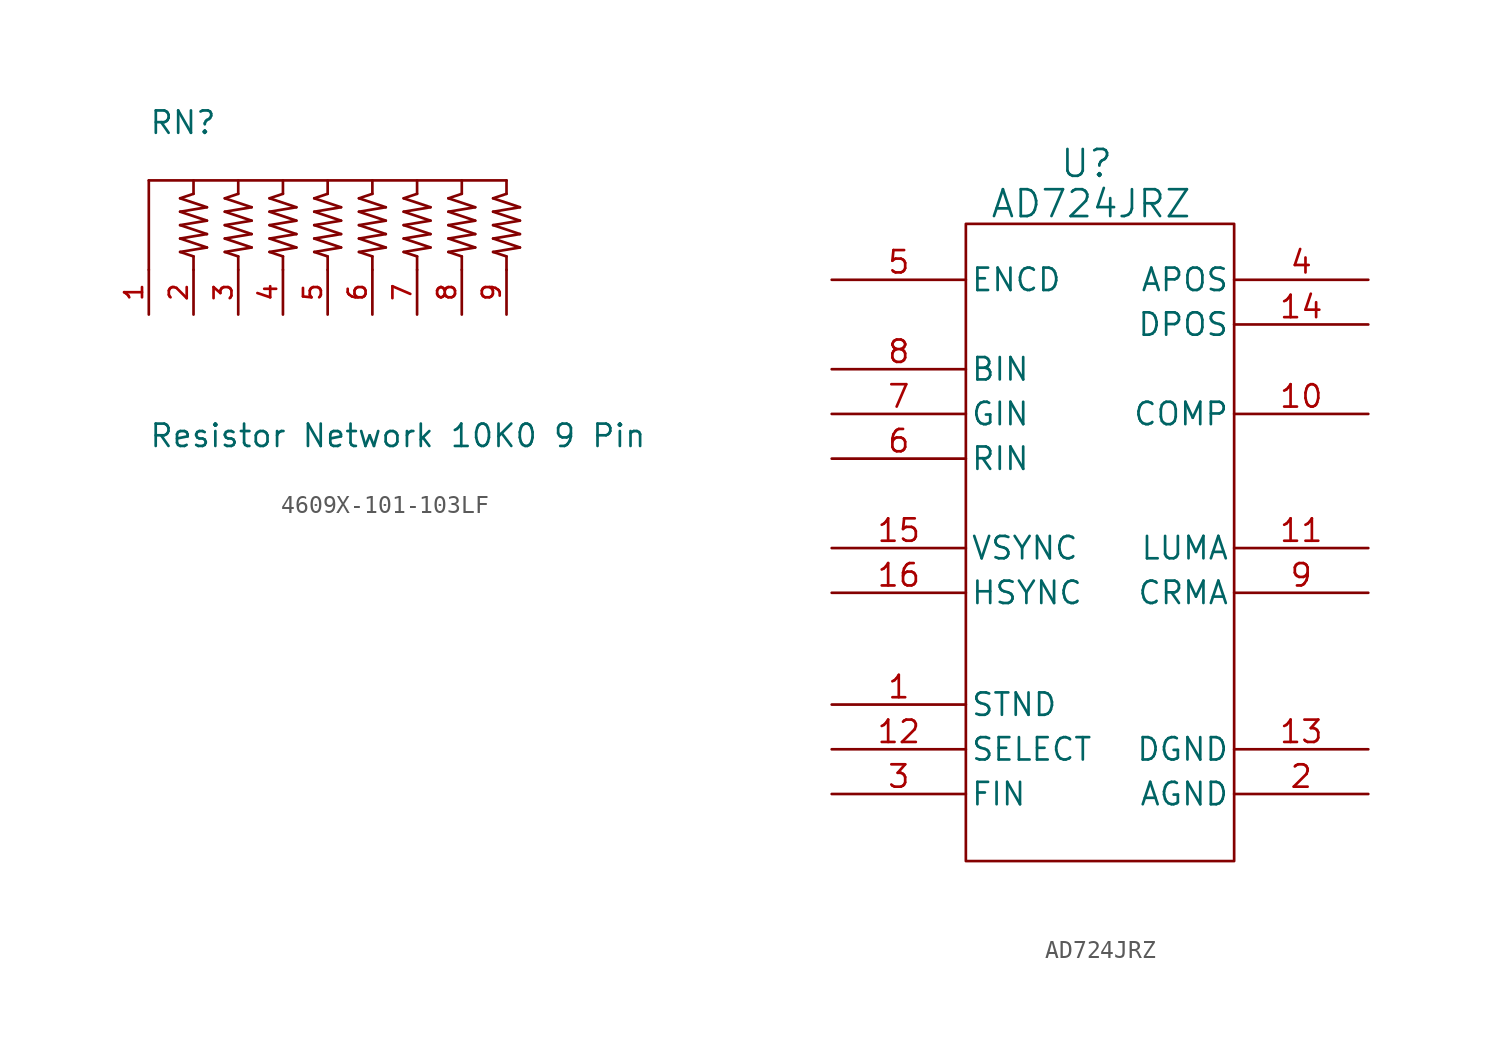
<source format=kicad_sym>
(kicad_symbol_lib
  (version 20241209)
  (generator "kicad_symbol_editor")
  (generator_version "9.0")
  (symbol "4609X-101-103LF"
    (pin_names
      (offset 1.016))
    (property "Reference" "RN"
      (at -10.164 7.622 0)
      (effects (font (size 1.27 1.27)) (justify left bottom)))
    (property "Value" "Resistor Network 10K0 9 Pin"
      (at -10.17 -10.167 0)
      (effects (font (size 1.27 1.27)) (justify left bottom)))
    (symbol "4609X-101-103LF_0_0"
      (polyline (pts (xy -10.16 5.08) (xy 10.16 5.08)) (stroke (width 0.152) (type default)) (fill (type none)))
      (polyline (pts (xy -10.16 0) (xy -10.16 5.08)) (stroke (width 0.152) (type default)) (fill (type none)))
      (polyline (pts (xy -8.382 4.064) (xy -7.62 4.318)) (stroke (width 0.152) (type default)) (fill (type none)))
      (polyline (pts (xy -8.382 3.302) (xy -6.858 2.794)) (stroke (width 0.152) (type default)) (fill (type none)))
      (polyline (pts (xy -8.382 2.54) (xy -6.858 2.032)) (stroke (width 0.152) (type default)) (fill (type none)))
      (polyline (pts (xy -8.382 1.778) (xy -6.858 1.27)) (stroke (width 0.152) (type default)) (fill (type none)))
      (polyline (pts (xy -8.382 1.016) (xy -7.62 0.762)) (stroke (width 0.152) (type default)) (fill (type none)))
      (polyline (pts (xy -7.62 5.08) (xy -7.62 4.318)) (stroke (width 0.152) (type default)) (fill (type none)))
      (polyline (pts (xy -7.62 0.762) (xy -7.62 0)) (stroke (width 0.152) (type default)) (fill (type none)))
      (polyline (pts (xy -6.858 3.556) (xy -8.382 4.064)) (stroke (width 0.152) (type default)) (fill (type none)))
      (polyline (pts (xy -6.858 3.556) (xy -8.382 3.302)) (stroke (width 0.152) (type default)) (fill (type none)))
      (polyline (pts (xy -6.858 2.794) (xy -8.382 2.54)) (stroke (width 0.152) (type default)) (fill (type none)))
      (polyline (pts (xy -6.858 2.032) (xy -8.382 1.778)) (stroke (width 0.152) (type default)) (fill (type none)))
      (polyline (pts (xy -6.858 1.27) (xy -8.382 1.016)) (stroke (width 0.152) (type default)) (fill (type none)))
      (polyline (pts (xy -5.842 4.064) (xy -5.08 4.318)) (stroke (width 0.152) (type default)) (fill (type none)))
      (polyline (pts (xy -5.842 3.302) (xy -4.318 2.794)) (stroke (width 0.152) (type default)) (fill (type none)))
      (polyline (pts (xy -5.842 2.54) (xy -4.318 2.032)) (stroke (width 0.152) (type default)) (fill (type none)))
      (polyline (pts (xy -5.842 1.778) (xy -4.318 1.27)) (stroke (width 0.152) (type default)) (fill (type none)))
      (polyline (pts (xy -5.842 1.016) (xy -5.08 0.762)) (stroke (width 0.152) (type default)) (fill (type none)))
      (polyline (pts (xy -5.08 5.08) (xy -5.08 4.318)) (stroke (width 0.152) (type default)) (fill (type none)))
      (polyline (pts (xy -5.08 0.762) (xy -5.08 0)) (stroke (width 0.152) (type default)) (fill (type none)))
      (polyline (pts (xy -4.318 3.556) (xy -5.842 4.064)) (stroke (width 0.152) (type default)) (fill (type none)))
      (polyline (pts (xy -4.318 3.556) (xy -5.842 3.302)) (stroke (width 0.152) (type default)) (fill (type none)))
      (polyline (pts (xy -4.318 2.794) (xy -5.842 2.54)) (stroke (width 0.152) (type default)) (fill (type none)))
      (polyline (pts (xy -4.318 2.032) (xy -5.842 1.778)) (stroke (width 0.152) (type default)) (fill (type none)))
      (polyline (pts (xy -4.318 1.27) (xy -5.842 1.016)) (stroke (width 0.152) (type default)) (fill (type none)))
      (polyline (pts (xy -3.302 4.064) (xy -2.54 4.318)) (stroke (width 0.152) (type default)) (fill (type none)))
      (polyline (pts (xy -3.302 3.302) (xy -1.778 2.794)) (stroke (width 0.152) (type default)) (fill (type none)))
      (polyline (pts (xy -3.302 2.54) (xy -1.778 2.032)) (stroke (width 0.152) (type default)) (fill (type none)))
      (polyline (pts (xy -3.302 1.778) (xy -1.778 1.27)) (stroke (width 0.152) (type default)) (fill (type none)))
      (polyline (pts (xy -3.302 1.016) (xy -2.54 0.762)) (stroke (width 0.152) (type default)) (fill (type none)))
      (polyline (pts (xy -2.54 5.08) (xy -2.54 4.318)) (stroke (width 0.152) (type default)) (fill (type none)))
      (polyline (pts (xy -2.54 0.762) (xy -2.54 0)) (stroke (width 0.152) (type default)) (fill (type none)))
      (polyline (pts (xy -1.778 3.556) (xy -3.302 4.064)) (stroke (width 0.152) (type default)) (fill (type none)))
      (polyline (pts (xy -1.778 3.556) (xy -3.302 3.302)) (stroke (width 0.152) (type default)) (fill (type none)))
      (polyline (pts (xy -1.778 2.794) (xy -3.302 2.54)) (stroke (width 0.152) (type default)) (fill (type none)))
      (polyline (pts (xy -1.778 2.032) (xy -3.302 1.778)) (stroke (width 0.152) (type default)) (fill (type none)))
      (polyline (pts (xy -1.778 1.27) (xy -3.302 1.016)) (stroke (width 0.152) (type default)) (fill (type none)))
      (polyline (pts (xy -0.762 4.064) (xy 0 4.318)) (stroke (width 0.152) (type default)) (fill (type none)))
      (polyline (pts (xy -0.762 3.302) (xy 0.762 2.794)) (stroke (width 0.152) (type default)) (fill (type none)))
      (polyline (pts (xy -0.762 2.54) (xy 0.762 2.032)) (stroke (width 0.152) (type default)) (fill (type none)))
      (polyline (pts (xy -0.762 1.778) (xy 0.762 1.27)) (stroke (width 0.152) (type default)) (fill (type none)))
      (polyline (pts (xy -0.762 1.016) (xy 0 0.762)) (stroke (width 0.152) (type default)) (fill (type none)))
      (polyline (pts (xy 0 5.08) (xy 0 4.318)) (stroke (width 0.152) (type default)) (fill (type none)))
      (polyline (pts (xy 0 0.762) (xy 0 0)) (stroke (width 0.152) (type default)) (fill (type none)))
      (polyline (pts (xy 0.762 3.556) (xy -0.762 4.064)) (stroke (width 0.152) (type default)) (fill (type none)))
      (polyline (pts (xy 0.762 3.556) (xy -0.762 3.302)) (stroke (width 0.152) (type default)) (fill (type none)))
      (polyline (pts (xy 0.762 2.794) (xy -0.762 2.54)) (stroke (width 0.152) (type default)) (fill (type none)))
      (polyline (pts (xy 0.762 2.032) (xy -0.762 1.778)) (stroke (width 0.152) (type default)) (fill (type none)))
      (polyline (pts (xy 0.762 1.27) (xy -0.762 1.016)) (stroke (width 0.152) (type default)) (fill (type none)))
      (polyline (pts (xy 1.778 4.064) (xy 2.54 4.318)) (stroke (width 0.152) (type default)) (fill (type none)))
      (polyline (pts (xy 1.778 3.302) (xy 3.302 2.794)) (stroke (width 0.152) (type default)) (fill (type none)))
      (polyline (pts (xy 1.778 2.54) (xy 3.302 2.032)) (stroke (width 0.152) (type default)) (fill (type none)))
      (polyline (pts (xy 1.778 1.778) (xy 3.302 1.27)) (stroke (width 0.152) (type default)) (fill (type none)))
      (polyline (pts (xy 1.778 1.016) (xy 2.54 0.762)) (stroke (width 0.152) (type default)) (fill (type none)))
      (polyline (pts (xy 2.54 5.08) (xy 2.54 4.318)) (stroke (width 0.152) (type default)) (fill (type none)))
      (polyline (pts (xy 2.54 0.762) (xy 2.54 0)) (stroke (width 0.152) (type default)) (fill (type none)))
      (polyline (pts (xy 3.302 3.556) (xy 1.778 4.064)) (stroke (width 0.152) (type default)) (fill (type none)))
      (polyline (pts (xy 3.302 3.556) (xy 1.778 3.302)) (stroke (width 0.152) (type default)) (fill (type none)))
      (polyline (pts (xy 3.302 2.794) (xy 1.778 2.54)) (stroke (width 0.152) (type default)) (fill (type none)))
      (polyline (pts (xy 3.302 2.032) (xy 1.778 1.778)) (stroke (width 0.152) (type default)) (fill (type none)))
      (polyline (pts (xy 3.302 1.27) (xy 1.778 1.016)) (stroke (width 0.152) (type default)) (fill (type none)))
      (polyline (pts (xy 4.318 4.064) (xy 5.08 4.318)) (stroke (width 0.152) (type default)) (fill (type none)))
      (polyline (pts (xy 4.318 3.302) (xy 5.842 2.794)) (stroke (width 0.152) (type default)) (fill (type none)))
      (polyline (pts (xy 4.318 2.54) (xy 5.842 2.032)) (stroke (width 0.152) (type default)) (fill (type none)))
      (polyline (pts (xy 4.318 1.778) (xy 5.842 1.27)) (stroke (width 0.152) (type default)) (fill (type none)))
      (polyline (pts (xy 4.318 1.016) (xy 5.08 0.762)) (stroke (width 0.152) (type default)) (fill (type none)))
      (polyline (pts (xy 5.08 5.08) (xy 5.08 4.318)) (stroke (width 0.152) (type default)) (fill (type none)))
      (polyline (pts (xy 5.08 0.762) (xy 5.08 0)) (stroke (width 0.152) (type default)) (fill (type none)))
      (polyline (pts (xy 5.842 3.556) (xy 4.318 4.064)) (stroke (width 0.152) (type default)) (fill (type none)))
      (polyline (pts (xy 5.842 3.556) (xy 4.318 3.302)) (stroke (width 0.152) (type default)) (fill (type none)))
      (polyline (pts (xy 5.842 2.794) (xy 4.318 2.54)) (stroke (width 0.152) (type default)) (fill (type none)))
      (polyline (pts (xy 5.842 2.032) (xy 4.318 1.778)) (stroke (width 0.152) (type default)) (fill (type none)))
      (polyline (pts (xy 5.842 1.27) (xy 4.318 1.016)) (stroke (width 0.152) (type default)) (fill (type none)))
      (polyline (pts (xy 6.858 4.064) (xy 7.62 4.318)) (stroke (width 0.152) (type default)) (fill (type none)))
      (polyline (pts (xy 6.858 3.302) (xy 8.382 2.794)) (stroke (width 0.152) (type default)) (fill (type none)))
      (polyline (pts (xy 6.858 2.54) (xy 8.382 2.032)) (stroke (width 0.152) (type default)) (fill (type none)))
      (polyline (pts (xy 6.858 1.778) (xy 8.382 1.27)) (stroke (width 0.152) (type default)) (fill (type none)))
      (polyline (pts (xy 6.858 1.016) (xy 7.62 0.762)) (stroke (width 0.152) (type default)) (fill (type none)))
      (polyline (pts (xy 7.62 5.08) (xy 7.62 4.318)) (stroke (width 0.152) (type default)) (fill (type none)))
      (polyline (pts (xy 7.62 0.762) (xy 7.62 0)) (stroke (width 0.152) (type default)) (fill (type none)))
      (polyline (pts (xy 8.382 3.556) (xy 6.858 4.064)) (stroke (width 0.152) (type default)) (fill (type none)))
      (polyline (pts (xy 8.382 3.556) (xy 6.858 3.302)) (stroke (width 0.152) (type default)) (fill (type none)))
      (polyline (pts (xy 8.382 2.794) (xy 6.858 2.54)) (stroke (width 0.152) (type default)) (fill (type none)))
      (polyline (pts (xy 8.382 2.032) (xy 6.858 1.778)) (stroke (width 0.152) (type default)) (fill (type none)))
      (polyline (pts (xy 8.382 1.27) (xy 6.858 1.016)) (stroke (width 0.152) (type default)) (fill (type none)))
      (polyline (pts (xy 9.398 4.064) (xy 10.16 4.318)) (stroke (width 0.152) (type default)) (fill (type none)))
      (polyline (pts (xy 9.398 3.302) (xy 10.922 2.794)) (stroke (width 0.152) (type default)) (fill (type none)))
      (polyline (pts (xy 9.398 2.54) (xy 10.922 2.032)) (stroke (width 0.152) (type default)) (fill (type none)))
      (polyline (pts (xy 9.398 1.778) (xy 10.922 1.27)) (stroke (width 0.152) (type default)) (fill (type none)))
      (polyline (pts (xy 9.398 1.016) (xy 10.16 0.762)) (stroke (width 0.152) (type default)) (fill (type none)))
      (polyline (pts (xy 10.16 5.08) (xy 10.16 4.318)) (stroke (width 0.152) (type default)) (fill (type none)))
      (polyline (pts (xy 10.16 0.762) (xy 10.16 0)) (stroke (width 0.152) (type default)) (fill (type none)))
      (polyline (pts (xy 10.922 3.556) (xy 9.398 4.064)) (stroke (width 0.152) (type default)) (fill (type none)))
      (polyline (pts (xy 10.922 3.556) (xy 9.398 3.302)) (stroke (width 0.152) (type default)) (fill (type none)))
      (polyline (pts (xy 10.922 2.794) (xy 9.398 2.54)) (stroke (width 0.152) (type default)) (fill (type none)))
      (polyline (pts (xy 10.922 2.032) (xy 9.398 1.778)) (stroke (width 0.152) (type default)) (fill (type none)))
      (polyline (pts (xy 10.922 1.27) (xy 9.398 1.016)) (stroke (width 0.152) (type default)) (fill (type none)))
      (pin passive line (at -10.16 -2.54 90) (length 2.54) (name "~" (effects (font (size 1.016 1.016)))) (number "1" (effects (font (size 1.016 1.016)))))
      (pin passive line (at -7.62 -2.54 90) (length 2.54) (name "~" (effects (font (size 1.016 1.016)))) (number "2" (effects (font (size 1.016 1.016)))))
      (pin passive line (at -5.08 -2.54 90) (length 2.54) (name "~" (effects (font (size 1.016 1.016)))) (number "3" (effects (font (size 1.016 1.016)))))
      (pin passive line (at -2.54 -2.54 90) (length 2.54) (name "~" (effects (font (size 1.016 1.016)))) (number "4" (effects (font (size 1.016 1.016)))))
      (pin passive line (at 0 -2.54 90) (length 2.54) (name "~" (effects (font (size 1.016 1.016)))) (number "5" (effects (font (size 1.016 1.016)))))
      (pin passive line (at 2.54 -2.54 90) (length 2.54) (name "~" (effects (font (size 1.016 1.016)))) (number "6" (effects (font (size 1.016 1.016)))))
      (pin passive line (at 5.08 -2.54 90) (length 2.54) (name "~" (effects (font (size 1.016 1.016)))) (number "7" (effects (font (size 1.016 1.016)))))
      (pin passive line (at 7.62 -2.54 90) (length 2.54) (name "~" (effects (font (size 1.016 1.016)))) (number "8" (effects (font (size 1.016 1.016)))))
      (pin passive line (at 10.16 -2.54 90) (length 2.54) (name "~" (effects (font (size 1.016 1.016)))) (number "9" (effects (font (size 1.016 1.016)))))))
  (symbol "AD724JRZ"
    (pin_names
      (offset 0.254))
    (property "Reference" "U"
      (at 14.478 9.144 0)
      (effects (font (size 1.524 1.524))))
    (property "Value" "AD724JRZ"
      (at 14.732 6.858 0)
      (effects (font (size 1.524 1.524))))
    (symbol "AD724JRZ_0_1"
      (pin input line (at 0 2.54 0) (length 7.62) (name "ENCD" (effects (font (size 1.27 1.27)))) (number "5" (effects (font (size 1.27 1.27)))))
      (pin input line (at 0 -2.54 0) (length 7.62) (name "BIN" (effects (font (size 1.27 1.27)))) (number "8" (effects (font (size 1.27 1.27)))))
      (pin input line (at 0 -5.08 0) (length 7.62) (name "GIN" (effects (font (size 1.27 1.27)))) (number "7" (effects (font (size 1.27 1.27)))))
      (pin input line (at 0 -7.62 0) (length 7.62) (name "RIN" (effects (font (size 1.27 1.27)))) (number "6" (effects (font (size 1.27 1.27)))))
      (pin input line (at 0 -12.7 0) (length 7.62) (name "VSYNC" (effects (font (size 1.27 1.27)))) (number "15" (effects (font (size 1.27 1.27)))))
      (pin input line (at 0 -15.24 0) (length 7.62) (name "HSYNC" (effects (font (size 1.27 1.27)))) (number "16" (effects (font (size 1.27 1.27)))))
      (pin input line (at 0 -21.59 0) (length 7.62) (name "STND" (effects (font (size 1.27 1.27)))) (number "1" (effects (font (size 1.27 1.27)))))
      (pin input line (at 0 -24.13 0) (length 7.62) (name "SELECT" (effects (font (size 1.27 1.27)))) (number "12" (effects (font (size 1.27 1.27)))))
      (pin input line (at 0 -26.67 0) (length 7.62) (name "FIN" (effects (font (size 1.27 1.27)))) (number "3" (effects (font (size 1.27 1.27)))))
      (pin power_in line (at 30.48 2.54 180) (length 7.62) (name "APOS" (effects (font (size 1.27 1.27)))) (number "4" (effects (font (size 1.27 1.27)))))
      (pin power_in line (at 30.48 0 180) (length 7.62) (name "DPOS" (effects (font (size 1.27 1.27)))) (number "14" (effects (font (size 1.27 1.27)))))
      (pin output line (at 30.48 -5.08 180) (length 7.62) (name "COMP" (effects (font (size 1.27 1.27)))) (number "10" (effects (font (size 1.27 1.27)))))
      (pin output line (at 30.48 -12.7 180) (length 7.62) (name "LUMA" (effects (font (size 1.27 1.27)))) (number "11" (effects (font (size 1.27 1.27)))))
      (pin output line (at 30.48 -15.24 180) (length 7.62) (name "CRMA" (effects (font (size 1.27 1.27)))) (number "9" (effects (font (size 1.27 1.27)))))
      (pin power_out line (at 30.48 -24.13 180) (length 7.62) (name "DGND" (effects (font (size 1.27 1.27)))) (number "13" (effects (font (size 1.27 1.27)))))
      (pin power_out line (at 30.48 -26.67 180) (length 7.62) (name "AGND" (effects (font (size 1.27 1.27)))) (number "2" (effects (font (size 1.27 1.27))))))
    (symbol "AD724JRZ_1_1"
      (rectangle (start 7.62 5.715) (end 22.86 -30.48) (stroke (width 0) (type default)) (fill (type none))))))
</source>
